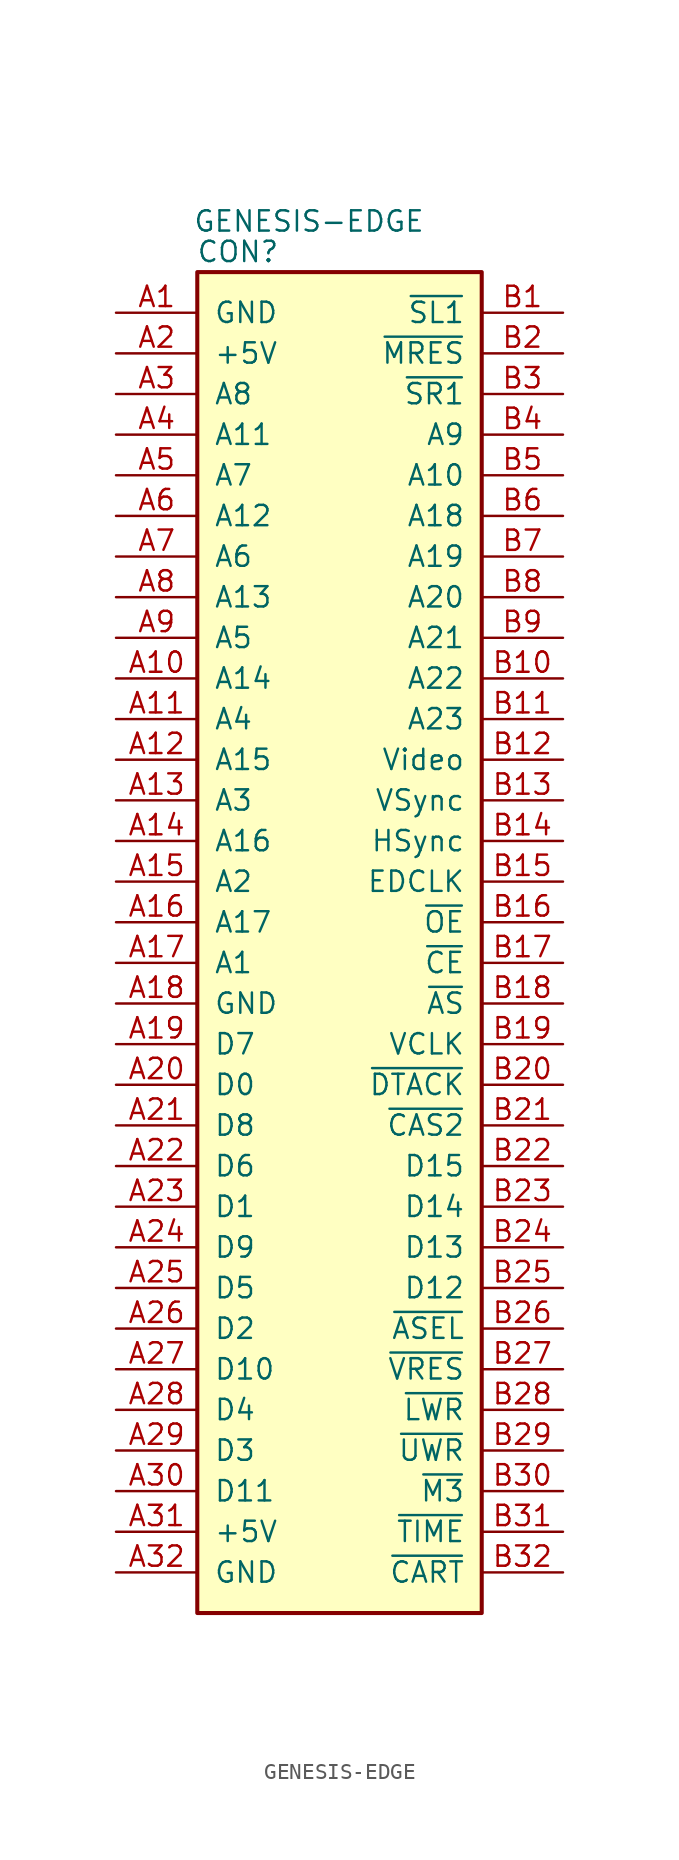
<source format=kicad_sym>
(kicad_symbol_lib
  (version 20220914)
  (generator kicad_symbol_editor)
  (symbol "GENESIS-EDGE"
    (pin_names
      (offset 1.016))
    (property "Reference" "CON"
      (at 2.54 1.27 0)
      (effects (font (size 1.27 1.27))))
    (property "Value" "GENESIS-EDGE"
      (at 6.985 3.175 0)
      (effects (font (size 1.27 1.27))))
    (symbol "GENESIS-EDGE_0_1"
      (rectangle (start 0 0) (end 17.78 -83.82) (stroke (width 0.254) (type solid)) (fill (type background))))
    (symbol "GENESIS-EDGE_1_1"
      (pin passive line (at -5.08 -2.54 0) (length 5.08) (name "GND" (effects (font (size 1.27 1.27)))) (number "A1" (effects (font (size 1.27 1.27)))))
      (pin passive line (at -5.08 -25.4 0) (length 5.08) (name "A14" (effects (font (size 1.27 1.27)))) (number "A10" (effects (font (size 1.27 1.27)))))
      (pin passive line (at -5.08 -27.94 0) (length 5.08) (name "A4" (effects (font (size 1.27 1.27)))) (number "A11" (effects (font (size 1.27 1.27)))))
      (pin passive line (at -5.08 -30.48 0) (length 5.08) (name "A15" (effects (font (size 1.27 1.27)))) (number "A12" (effects (font (size 1.27 1.27)))))
      (pin passive line (at -5.08 -33.02 0) (length 5.08) (name "A3" (effects (font (size 1.27 1.27)))) (number "A13" (effects (font (size 1.27 1.27)))))
      (pin passive line (at -5.08 -35.56 0) (length 5.08) (name "A16" (effects (font (size 1.27 1.27)))) (number "A14" (effects (font (size 1.27 1.27)))))
      (pin passive line (at -5.08 -38.1 0) (length 5.08) (name "A2" (effects (font (size 1.27 1.27)))) (number "A15" (effects (font (size 1.27 1.27)))))
      (pin passive line (at -5.08 -40.64 0) (length 5.08) (name "A17" (effects (font (size 1.27 1.27)))) (number "A16" (effects (font (size 1.27 1.27)))))
      (pin passive line (at -5.08 -43.18 0) (length 5.08) (name "A1" (effects (font (size 1.27 1.27)))) (number "A17" (effects (font (size 1.27 1.27)))))
      (pin passive line (at -5.08 -45.72 0) (length 5.08) (name "GND" (effects (font (size 1.27 1.27)))) (number "A18" (effects (font (size 1.27 1.27)))))
      (pin passive line (at -5.08 -48.26 0) (length 5.08) (name "D7" (effects (font (size 1.27 1.27)))) (number "A19" (effects (font (size 1.27 1.27)))))
      (pin passive line (at -5.08 -5.08 0) (length 5.08) (name "+5V" (effects (font (size 1.27 1.27)))) (number "A2" (effects (font (size 1.27 1.27)))))
      (pin passive line (at -5.08 -50.8 0) (length 5.08) (name "D0" (effects (font (size 1.27 1.27)))) (number "A20" (effects (font (size 1.27 1.27)))))
      (pin passive line (at -5.08 -53.34 0) (length 5.08) (name "D8" (effects (font (size 1.27 1.27)))) (number "A21" (effects (font (size 1.27 1.27)))))
      (pin passive line (at -5.08 -55.88 0) (length 5.08) (name "D6" (effects (font (size 1.27 1.27)))) (number "A22" (effects (font (size 1.27 1.27)))))
      (pin passive line (at -5.08 -58.42 0) (length 5.08) (name "D1" (effects (font (size 1.27 1.27)))) (number "A23" (effects (font (size 1.27 1.27)))))
      (pin passive line (at -5.08 -60.96 0) (length 5.08) (name "D9" (effects (font (size 1.27 1.27)))) (number "A24" (effects (font (size 1.27 1.27)))))
      (pin passive line (at -5.08 -63.5 0) (length 5.08) (name "D5" (effects (font (size 1.27 1.27)))) (number "A25" (effects (font (size 1.27 1.27)))))
      (pin passive line (at -5.08 -66.04 0) (length 5.08) (name "D2" (effects (font (size 1.27 1.27)))) (number "A26" (effects (font (size 1.27 1.27)))))
      (pin passive line (at -5.08 -68.58 0) (length 5.08) (name "D10" (effects (font (size 1.27 1.27)))) (number "A27" (effects (font (size 1.27 1.27)))))
      (pin passive line (at -5.08 -71.12 0) (length 5.08) (name "D4" (effects (font (size 1.27 1.27)))) (number "A28" (effects (font (size 1.27 1.27)))))
      (pin passive line (at -5.08 -73.66 0) (length 5.08) (name "D3" (effects (font (size 1.27 1.27)))) (number "A29" (effects (font (size 1.27 1.27)))))
      (pin passive line (at -5.08 -7.62 0) (length 5.08) (name "A8" (effects (font (size 1.27 1.27)))) (number "A3" (effects (font (size 1.27 1.27)))))
      (pin passive line (at -5.08 -76.2 0) (length 5.08) (name "D11" (effects (font (size 1.27 1.27)))) (number "A30" (effects (font (size 1.27 1.27)))))
      (pin passive line (at -5.08 -78.74 0) (length 5.08) (name "+5V" (effects (font (size 1.27 1.27)))) (number "A31" (effects (font (size 1.27 1.27)))))
      (pin passive line (at -5.08 -81.28 0) (length 5.08) (name "GND" (effects (font (size 1.27 1.27)))) (number "A32" (effects (font (size 1.27 1.27)))))
      (pin passive line (at -5.08 -10.16 0) (length 5.08) (name "A11" (effects (font (size 1.27 1.27)))) (number "A4" (effects (font (size 1.27 1.27)))))
      (pin passive line (at -5.08 -12.7 0) (length 5.08) (name "A7" (effects (font (size 1.27 1.27)))) (number "A5" (effects (font (size 1.27 1.27)))))
      (pin passive line (at -5.08 -15.24 0) (length 5.08) (name "A12" (effects (font (size 1.27 1.27)))) (number "A6" (effects (font (size 1.27 1.27)))))
      (pin passive line (at -5.08 -17.78 0) (length 5.08) (name "A6" (effects (font (size 1.27 1.27)))) (number "A7" (effects (font (size 1.27 1.27)))))
      (pin passive line (at -5.08 -20.32 0) (length 5.08) (name "A13" (effects (font (size 1.27 1.27)))) (number "A8" (effects (font (size 1.27 1.27)))))
      (pin passive line (at -5.08 -22.86 0) (length 5.08) (name "A5" (effects (font (size 1.27 1.27)))) (number "A9" (effects (font (size 1.27 1.27)))))
      (pin passive line (at 22.86 -2.54 180) (length 5.08) (name "~{SL1}" (effects (font (size 1.27 1.27)))) (number "B1" (effects (font (size 1.27 1.27)))))
      (pin passive line (at 22.86 -25.4 180) (length 5.08) (name "A22" (effects (font (size 1.27 1.27)))) (number "B10" (effects (font (size 1.27 1.27)))))
      (pin passive line (at 22.86 -27.94 180) (length 5.08) (name "A23" (effects (font (size 1.27 1.27)))) (number "B11" (effects (font (size 1.27 1.27)))))
      (pin passive line (at 22.86 -30.48 180) (length 5.08) (name "Video" (effects (font (size 1.27 1.27)))) (number "B12" (effects (font (size 1.27 1.27)))))
      (pin passive line (at 22.86 -33.02 180) (length 5.08) (name "VSync" (effects (font (size 1.27 1.27)))) (number "B13" (effects (font (size 1.27 1.27)))))
      (pin passive line (at 22.86 -35.56 180) (length 5.08) (name "HSync" (effects (font (size 1.27 1.27)))) (number "B14" (effects (font (size 1.27 1.27)))))
      (pin passive line (at 22.86 -38.1 180) (length 5.08) (name "EDCLK" (effects (font (size 1.27 1.27)))) (number "B15" (effects (font (size 1.27 1.27)))))
      (pin passive line (at 22.86 -40.64 180) (length 5.08) (name "~{OE}" (effects (font (size 1.27 1.27)))) (number "B16" (effects (font (size 1.27 1.27)))))
      (pin passive line (at 22.86 -43.18 180) (length 5.08) (name "~{CE}" (effects (font (size 1.27 1.27)))) (number "B17" (effects (font (size 1.27 1.27)))))
      (pin passive line (at 22.86 -45.72 180) (length 5.08) (name "~{AS}" (effects (font (size 1.27 1.27)))) (number "B18" (effects (font (size 1.27 1.27)))))
      (pin passive line (at 22.86 -48.26 180) (length 5.08) (name "VCLK" (effects (font (size 1.27 1.27)))) (number "B19" (effects (font (size 1.27 1.27)))))
      (pin passive line (at 22.86 -5.08 180) (length 5.08) (name "~{MRES}" (effects (font (size 1.27 1.27)))) (number "B2" (effects (font (size 1.27 1.27)))))
      (pin passive line (at 22.86 -50.8 180) (length 5.08) (name "~{DTACK}" (effects (font (size 1.27 1.27)))) (number "B20" (effects (font (size 1.27 1.27)))))
      (pin passive line (at 22.86 -53.34 180) (length 5.08) (name "~{CAS2}" (effects (font (size 1.27 1.27)))) (number "B21" (effects (font (size 1.27 1.27)))))
      (pin passive line (at 22.86 -55.88 180) (length 5.08) (name "D15" (effects (font (size 1.27 1.27)))) (number "B22" (effects (font (size 1.27 1.27)))))
      (pin passive line (at 22.86 -58.42 180) (length 5.08) (name "D14" (effects (font (size 1.27 1.27)))) (number "B23" (effects (font (size 1.27 1.27)))))
      (pin passive line (at 22.86 -60.96 180) (length 5.08) (name "D13" (effects (font (size 1.27 1.27)))) (number "B24" (effects (font (size 1.27 1.27)))))
      (pin passive line (at 22.86 -63.5 180) (length 5.08) (name "D12" (effects (font (size 1.27 1.27)))) (number "B25" (effects (font (size 1.27 1.27)))))
      (pin passive line (at 22.86 -66.04 180) (length 5.08) (name "~{ASEL}" (effects (font (size 1.27 1.27)))) (number "B26" (effects (font (size 1.27 1.27)))))
      (pin passive line (at 22.86 -68.58 180) (length 5.08) (name "~{VRES}" (effects (font (size 1.27 1.27)))) (number "B27" (effects (font (size 1.27 1.27)))))
      (pin passive line (at 22.86 -71.12 180) (length 5.08) (name "~{LWR}" (effects (font (size 1.27 1.27)))) (number "B28" (effects (font (size 1.27 1.27)))))
      (pin passive line (at 22.86 -73.66 180) (length 5.08) (name "~{UWR}" (effects (font (size 1.27 1.27)))) (number "B29" (effects (font (size 1.27 1.27)))))
      (pin passive line (at 22.86 -7.62 180) (length 5.08) (name "~{SR1}" (effects (font (size 1.27 1.27)))) (number "B3" (effects (font (size 1.27 1.27)))))
      (pin passive line (at 22.86 -76.2 180) (length 5.08) (name "~{M3}" (effects (font (size 1.27 1.27)))) (number "B30" (effects (font (size 1.27 1.27)))))
      (pin passive line (at 22.86 -78.74 180) (length 5.08) (name "~{TIME}" (effects (font (size 1.27 1.27)))) (number "B31" (effects (font (size 1.27 1.27)))))
      (pin passive line (at 22.86 -81.28 180) (length 5.08) (name "~{CART}" (effects (font (size 1.27 1.27)))) (number "B32" (effects (font (size 1.27 1.27)))))
      (pin passive line (at 22.86 -10.16 180) (length 5.08) (name "A9" (effects (font (size 1.27 1.27)))) (number "B4" (effects (font (size 1.27 1.27)))))
      (pin passive line (at 22.86 -12.7 180) (length 5.08) (name "A10" (effects (font (size 1.27 1.27)))) (number "B5" (effects (font (size 1.27 1.27)))))
      (pin passive line (at 22.86 -15.24 180) (length 5.08) (name "A18" (effects (font (size 1.27 1.27)))) (number "B6" (effects (font (size 1.27 1.27)))))
      (pin passive line (at 22.86 -17.78 180) (length 5.08) (name "A19" (effects (font (size 1.27 1.27)))) (number "B7" (effects (font (size 1.27 1.27)))))
      (pin passive line (at 22.86 -20.32 180) (length 5.08) (name "A20" (effects (font (size 1.27 1.27)))) (number "B8" (effects (font (size 1.27 1.27)))))
      (pin passive line (at 22.86 -22.86 180) (length 5.08) (name "A21" (effects (font (size 1.27 1.27)))) (number "B9" (effects (font (size 1.27 1.27))))))))
</source>
